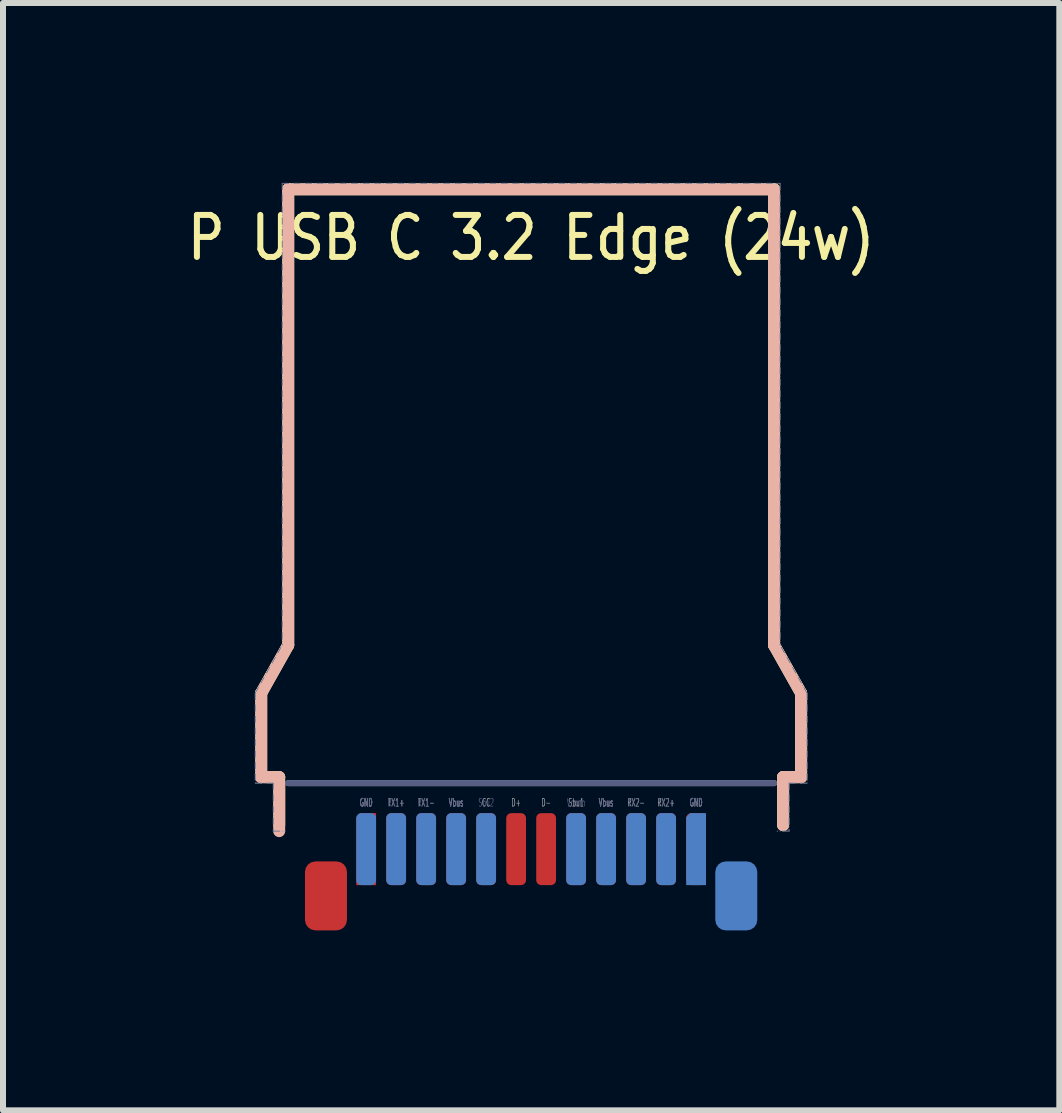
<source format=kicad_pcb>
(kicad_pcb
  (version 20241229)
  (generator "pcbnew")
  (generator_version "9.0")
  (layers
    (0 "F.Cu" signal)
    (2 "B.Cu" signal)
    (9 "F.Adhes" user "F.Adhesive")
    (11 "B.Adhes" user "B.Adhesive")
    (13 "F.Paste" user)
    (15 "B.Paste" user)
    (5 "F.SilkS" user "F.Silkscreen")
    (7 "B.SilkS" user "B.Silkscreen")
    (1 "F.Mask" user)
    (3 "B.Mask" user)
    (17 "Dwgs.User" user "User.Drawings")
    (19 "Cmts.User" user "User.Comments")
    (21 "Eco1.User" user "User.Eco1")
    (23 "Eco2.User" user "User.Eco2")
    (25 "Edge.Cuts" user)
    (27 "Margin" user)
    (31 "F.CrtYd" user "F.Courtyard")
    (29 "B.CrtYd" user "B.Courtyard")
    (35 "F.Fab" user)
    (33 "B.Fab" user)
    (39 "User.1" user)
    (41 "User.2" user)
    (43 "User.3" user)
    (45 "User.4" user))
  (footprint "P USB C 3.2 Edge (24w)"
    (layer "F.Cu")
    (at 5.804 11.005)
    (property "Reference" "P USB C 3.2 Edge (24w)" (at 0 -10.5 0) (unlocked yes) (layer "F.SilkS") (effects (font (size 0.7 0.6) (thickness 0.1)) (justify top)))
    (attr smd)
    (fp_line (start -4.5 -2.5) (end -4.5 -1.1) (stroke (width 0.2) (type default)) (layer "F.SilkS"))
    (fp_line (start -4.5 -2.5) (end -4.05 -3.3) (stroke (width 0.2) (type default)) (layer "F.SilkS"))
    (fp_line (start -4.5 -1.1) (end -4.2 -1.1) (stroke (width 0.2) (type default)) (layer "F.SilkS"))
    (fp_line (start -4.2 -1.1) (end -4.2 -0.3) (stroke (width 0.2) (type default)) (layer "F.SilkS"))
    (fp_line (start -4.05 -10.9) (end -4.05 -3.3) (stroke (width 0.2) (type default)) (layer "F.SilkS"))
    (fp_line (start -4.05 -10.9) (end 4.05 -10.9) (stroke (width 0.2) (type default)) (layer "F.SilkS"))
    (fp_line (start 4.05 -10.9) (end 4.05 -3.3) (stroke (width 0.2) (type default)) (layer "F.SilkS"))
    (fp_line (start 4.2 -1.1) (end 4.2 -0.3) (stroke (width 0.2) (type default)) (layer "F.SilkS"))
    (fp_line (start 4.5 -2.5) (end 4.05 -3.3) (stroke (width 0.2) (type default)) (layer "F.SilkS"))
    (fp_line (start 4.5 -2.5) (end 4.5 -1.1) (stroke (width 0.2) (type default)) (layer "F.SilkS"))
    (fp_line (start 4.5 -1.1) (end 4.2 -1.1) (stroke (width 0.2) (type default)) (layer "F.SilkS"))
    (fp_line (start -4.5 -2.5) (end -4.5 -1.1) (stroke (width 0.2) (type default)) (layer "B.SilkS"))
    (fp_line (start -4.5 -2.5) (end -4.05 -3.3) (stroke (width 0.2) (type default)) (layer "B.SilkS"))
    (fp_line (start -4.5 -1.1) (end -4.2 -1.1) (stroke (width 0.2) (type default)) (layer "B.SilkS"))
    (fp_line (start -4.2 -1) (end -4.2 -0.2) (stroke (width 0.2) (type default)) (layer "B.SilkS"))
    (fp_line (start -4.05 -10.9) (end -4.05 -3.3) (stroke (width 0.2) (type default)) (layer "B.SilkS"))
    (fp_line (start -4.05 -10.9) (end 4.05 -10.9) (stroke (width 0.2) (type default)) (layer "B.SilkS"))
    (fp_line (start 4.05 -10.9) (end 4.05 -3.3) (stroke (width 0.2) (type default)) (layer "B.SilkS"))
    (fp_line (start 4.2 -1.1) (end 4.2 -0.3) (stroke (width 0.2) (type default)) (layer "B.SilkS"))
    (fp_line (start 4.5 -2.5) (end 4.05 -3.3) (stroke (width 0.2) (type default)) (layer "B.SilkS"))
    (fp_line (start 4.5 -2.5) (end 4.5 -1.1) (stroke (width 0.2) (type default)) (layer "B.SilkS"))
    (fp_line (start 4.5 -1.1) (end 4.2 -1.1) (stroke (width 0.2) (type default)) (layer "B.SilkS"))
    (fp_line (start -4.6 -2.5) (end -4.6 -1) (stroke (width 0.01) (type dash_dot)) (layer "B.Fab"))
    (fp_line (start -4.6 -2.5) (end -4.15 -3.3) (stroke (width 0.01) (type dash_dot)) (layer "B.Fab"))
    (fp_line (start -4.6 -1) (end -4.3 -1) (stroke (width 0.01) (type dash_dot)) (layer "B.Fab"))
    (fp_line (start -4.3 -1) (end -4.3 -0.2) (stroke (width 0.01) (type dash_dot)) (layer "B.Fab"))
    (fp_line (start -4.3 -0.2) (end -4.1 -0.2) (stroke (width 0.01) (type dash_dot)) (layer "B.Fab"))
    (fp_line (start -4.15 -11) (end -4.15 -3.3) (stroke (width 0.01) (type dash_dot)) (layer "B.Fab"))
    (fp_line (start -4.15 -11) (end 4.15 -11) (stroke (width 0.01) (type dash_dot)) (layer "B.Fab"))
    (fp_line (start -4.05 -1) (end 4.05 -1) (stroke (width 0.1) (type solid)) (layer "B.Fab"))
    (fp_line (start 4.15 -11) (end 4.15 -3.3) (stroke (width 0.01) (type dash_dot)) (layer "B.Fab"))
    (fp_line (start 4.3 -1) (end 4.3 -0.2) (stroke (width 0.01) (type dash_dot)) (layer "B.Fab"))
    (fp_line (start 4.3 -0.2) (end 4.1 -0.2) (stroke (width 0.01) (type dash_dot)) (layer "B.Fab"))
    (fp_line (start 4.6 -2.5) (end 4.15 -3.3) (stroke (width 0.01) (type dash_dot)) (layer "B.Fab"))
    (fp_line (start 4.6 -2.5) (end 4.6 -1) (stroke (width 0.01) (type dash_dot)) (layer "B.Fab"))
    (fp_line (start 4.6 -1) (end 4.3 -1) (stroke (width 0.01) (type dash_dot)) (layer "B.Fab"))
    (fp_line (start -4.6 -2.5) (end -4.6 -1) (stroke (width 0.01) (type dash_dot)) (layer "F.Fab"))
    (fp_line (start -4.6 -2.5) (end -4.15 -3.3) (stroke (width 0.01) (type dash_dot)) (layer "F.Fab"))
    (fp_line (start -4.6 -1) (end -4.3 -1) (stroke (width 0.01) (type dash_dot)) (layer "F.Fab"))
    (fp_line (start -4.3 -1) (end -4.3 -0.2) (stroke (width 0.01) (type dash_dot)) (layer "F.Fab"))
    (fp_line (start -4.3 -0.2) (end -4.1 -0.2) (stroke (width 0.01) (type dash_dot)) (layer "F.Fab"))
    (fp_line (start -4.15 -11) (end -4.15 -3.3) (stroke (width 0.01) (type dash_dot)) (layer "F.Fab"))
    (fp_line (start -4.15 -11) (end 4.15 -11) (stroke (width 0.01) (type dash_dot)) (layer "F.Fab"))
    (fp_line (start -4.05 -1) (end 4.05 -1) (stroke (width 0.1) (type solid)) (layer "F.Fab"))
    (fp_line (start 4.15 -11) (end 4.15 -3.3) (stroke (width 0.01) (type dash_dot)) (layer "F.Fab"))
    (fp_line (start 4.3 -1) (end 4.3 -0.2) (stroke (width 0.01) (type dash_dot)) (layer "F.Fab"))
    (fp_line (start 4.3 -0.2) (end 4.1 -0.2) (stroke (width 0.01) (type dash_dot)) (layer "F.Fab"))
    (fp_line (start 4.6 -2.5) (end 4.15 -3.3) (stroke (width 0.01) (type dash_dot)) (layer "F.Fab"))
    (fp_line (start 4.6 -2.5) (end 4.6 -1) (stroke (width 0.01) (type dash_dot)) (layer "F.Fab"))
    (fp_line (start 4.6 -1) (end 4.3 -1) (stroke (width 0.01) (type dash_dot)) (layer "F.Fab"))
    (fp_text user "RX1-" (at -1.75 -0.6 0) (unlocked yes) (layer "B.Fab") (effects (font (size 0.13 0.07) (thickness 0.01)) (justify bottom)))
    (fp_text user "RX1+" (at -2.25 -0.6 0) (unlocked yes) (layer "B.Fab") (effects (font (size 0.13 0.07) (thickness 0.01)) (justify bottom)))
    (fp_text user "Vconn" (at 0.75 -0.6 0) (unlocked yes) (layer "B.Fab") (effects (font (size 0.13 0.07) (thickness 0.01)) (justify bottom)))
    (fp_text user "TX2-" (at 1.75 -0.6 0) (unlocked yes) (layer "B.Fab") (effects (font (size 0.13 0.07) (thickness 0.01)) (justify bottom)))
    (fp_text user "Vbus" (at 1.25 -0.6 0) (unlocked yes) (layer "B.Fab") (effects (font (size 0.13 0.07) (thickness 0.014) (bold yes)) (justify bottom)))
    (fp_text user "Sbu2" (at -0.75 -0.6 0) (unlocked yes) (layer "B.Fab") (effects (font (size 0.13 0.07) (thickness 0.01)) (justify bottom)))
    (fp_text user "Vbus" (at -1.25 -0.6 0) (unlocked yes) (layer "B.Fab") (effects (font (size 0.13 0.07) (thickness 0.014) (bold yes)) (justify bottom)))
    (fp_text user "GND" (at -2.75 -0.6 0) (unlocked yes) (layer "B.Fab") (effects (font (size 0.13 0.07) (thickness 0.014) (bold yes)) (justify bottom)))
    (fp_text user "GND" (at 2.75 -0.6 0) (unlocked yes) (layer "B.Fab") (effects (font (size 0.13 0.07) (thickness 0.014) (bold yes)) (justify bottom)))
    (fp_text user "TX2+" (at 2.25 -0.6 0) (unlocked yes) (layer "B.Fab") (effects (font (size 0.13 0.07) (thickness 0.01)) (justify bottom)))
    (fp_text user "CC" (at -0.75 -0.6 0) (unlocked yes) (layer "F.Fab") (effects (font (size 0.13 0.07) (thickness 0.01)) (justify bottom)))
    (fp_text user "Vbus" (at -1.25 -0.6 0) (unlocked yes) (layer "F.Fab") (effects (font (size 0.13 0.07) (thickness 0.014) (bold yes)) (justify bottom)))
    (fp_text user "GND" (at 2.75 -0.6 0) (unlocked yes) (layer "F.Fab") (effects (font (size 0.13 0.07) (thickness 0.014) (bold yes)) (justify bottom)))
    (fp_text user "D+" (at -0.25 -0.6 0) (unlocked yes) (layer "F.Fab") (effects (font (size 0.13 0.07) (thickness 0.01)) (justify bottom)))
    (fp_text user "D-" (at 0.25 -0.6 0) (unlocked yes) (layer "F.Fab") (effects (font (size 0.13 0.07) (thickness 0.01)) (justify bottom)))
    (fp_text user "TX1-" (at -1.75 -0.6 0) (unlocked yes) (layer "F.Fab") (effects (font (size 0.13 0.07) (thickness 0.01)) (justify bottom)))
    (fp_text user "Vbus" (at 1.25 -0.6 0) (unlocked yes) (layer "F.Fab") (effects (font (size 0.13 0.07) (thickness 0.014) (bold yes)) (justify bottom)))
    (fp_text user "RX2-" (at 1.75 -0.6 0) (unlocked yes) (layer "F.Fab") (effects (font (size 0.13 0.07) (thickness 0.01)) (justify bottom)))
    (fp_text user "GND" (at -2.75 -0.6 0) (unlocked yes) (layer "F.Fab") (effects (font (size 0.13 0.07) (thickness 0.014) (bold yes)) (justify bottom)))
    (fp_text user "TX1+" (at -2.25 -0.6 0) (unlocked yes) (layer "F.Fab") (effects (font (size 0.13 0.07) (thickness 0.01)) (justify bottom)))
    (fp_text user "RX2+" (at 2.25 -0.6 0) (unlocked yes) (layer "F.Fab") (effects (font (size 0.13 0.07) (thickness 0.01)) (justify bottom)))
    (fp_text user "Sbu1" (at 0.75 -0.6 0) (unlocked yes) (layer "F.Fab") (effects (font (size 0.13 0.07) (thickness 0.01)) (justify bottom)))
    (pad "A1" smd roundrect (at -2.75 0.1) (size 0.33 1.2) (layers "F.Cu" "F.Mask" "F.Paste") (roundrect_rratio 0) (chamfer_ratio 0.2) (chamfer top_left))
    (pad "A2" smd roundrect (at -2.25 0.1) (size 0.33 1.2) (layers "F.Cu" "F.Mask" "F.Paste") (roundrect_rratio 0.25))
    (pad "A3" smd roundrect (at -1.75 0.1) (size 0.33 1.2) (layers "F.Cu" "F.Mask" "F.Paste") (roundrect_rratio 0.25))
    (pad "A4" smd roundrect (at -1.25 0.1) (size 0.33 1.2) (layers "F.Cu" "F.Mask" "F.Paste") (roundrect_rratio 0.25))
    (pad "A5" smd roundrect (at -0.75 0.1) (size 0.33 1.2) (layers "F.Cu" "F.Mask" "F.Paste") (roundrect_rratio 0.25))
    (pad "A6" smd roundrect (at -0.25 0.1) (size 0.33 1.2) (layers "F.Cu" "F.Mask" "F.Paste") (roundrect_rratio 0.25))
    (pad "A7" smd roundrect (at 0.25 0.1) (size 0.33 1.2) (layers "F.Cu" "F.Mask" "F.Paste") (roundrect_rratio 0.25))
    (pad "A8" smd roundrect (at 0.75 0.1) (size 0.33 1.2) (layers "F.Cu" "F.Mask" "F.Paste") (roundrect_rratio 0.25))
    (pad "A9" smd roundrect (at 1.25 0.1) (size 0.33 1.2) (layers "F.Cu" "F.Mask" "F.Paste") (roundrect_rratio 0.25))
    (pad "A10" smd roundrect (at 1.75 0.1) (size 0.33 1.2) (layers "F.Cu" "F.Mask" "F.Paste") (roundrect_rratio 0.25))
    (pad "A11" smd roundrect (at 2.25 0.1) (size 0.33 1.2) (layers "F.Cu" "F.Mask" "F.Paste") (roundrect_rratio 0.25))
    (pad "A12" smd roundrect (at 2.75 0.1) (size 0.33 1.2) (layers "F.Cu" "F.Mask" "F.Paste") (roundrect_rratio 0.25))
    (pad "B01" smd roundrect (at 2.75 0.1) (size 0.33 1.2) (layers "B.Cu" "B.Mask" "B.Paste") (roundrect_rratio 0) (chamfer_ratio 0.2) (chamfer top_left))
    (pad "B02" smd roundrect (at 2.25 0.1) (size 0.33 1.2) (layers "B.Cu" "B.Mask" "B.Paste") (roundrect_rratio 0.25))
    (pad "B03" smd roundrect (at 1.75 0.1) (size 0.33 1.2) (layers "B.Cu" "B.Mask" "B.Paste") (roundrect_rratio 0.25))
    (pad "B04" smd roundrect (at 1.25 0.1) (size 0.33 1.2) (layers "B.Cu" "B.Mask" "B.Paste") (roundrect_rratio 0.25))
    (pad "B05" smd roundrect (at 0.75 0.1) (size 0.33 1.2) (layers "B.Cu" "B.Mask" "B.Paste") (roundrect_rratio 0.25))
    (pad "B08" smd roundrect (at -0.75 0.1) (size 0.33 1.2) (layers "B.Cu" "B.Mask" "B.Paste") (roundrect_rratio 0.25))
    (pad "B09" smd roundrect (at -1.25 0.1) (size 0.33 1.2) (layers "B.Cu" "B.Mask" "B.Paste") (roundrect_rratio 0.25))
    (pad "B10" smd roundrect (at -1.75 0.1) (size 0.33 1.2) (layers "B.Cu" "B.Mask" "B.Paste") (roundrect_rratio 0.25))
    (pad "B11" smd roundrect (at -2.25 0.1) (size 0.33 1.2) (layers "B.Cu" "B.Mask" "B.Paste") (roundrect_rratio 0.25))
    (pad "B12" smd roundrect (at -2.75 0.1) (size 0.33 1.2) (layers "B.Cu" "B.Mask" "B.Paste") (roundrect_rratio 0.25))
    (pad "MH1" smd roundrect (at -3.42 0.88) (size 0.7 1.15) (layers "F.Cu" "F.Mask" "F.Paste") (roundrect_rratio 0.25))
    (pad "MH2" smd roundrect (at 3.42 0.88) (size 0.7 1.15) (layers "B.Cu" "B.Mask" "B.Paste") (roundrect_rratio 0.25)))
  (gr_rect
    (start -3 -3)
    (end 14.609 15.46)
    (stroke (width 0.1) (type default))
    (fill no)
    (layer "Edge.Cuts")))
</source>
